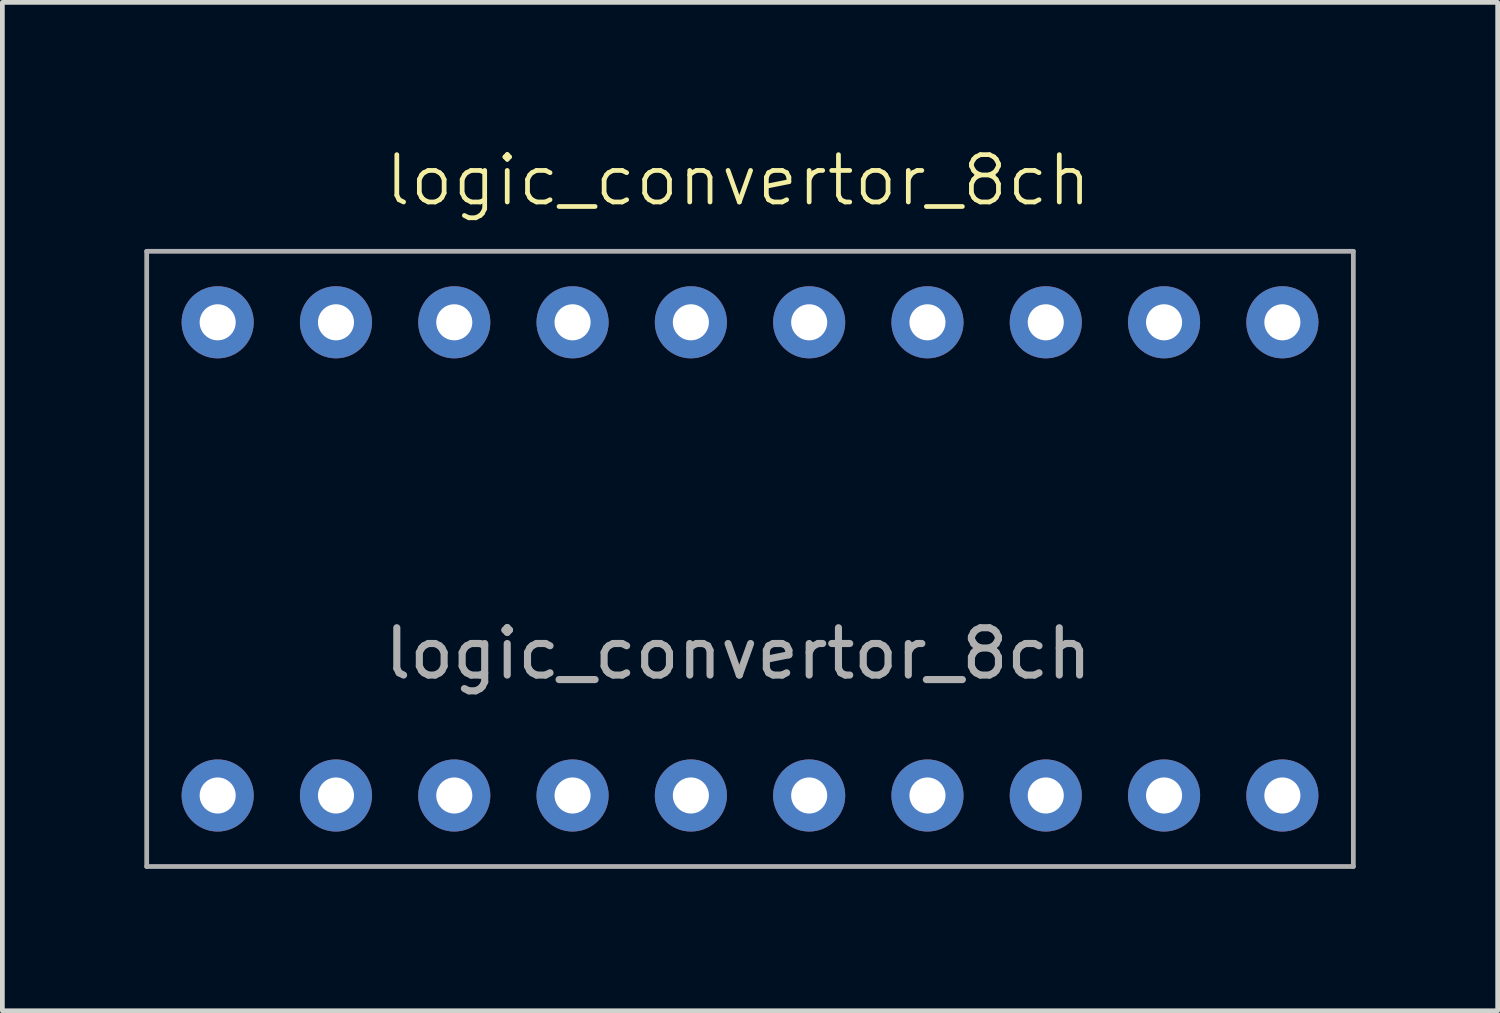
<source format=kicad_pcb>
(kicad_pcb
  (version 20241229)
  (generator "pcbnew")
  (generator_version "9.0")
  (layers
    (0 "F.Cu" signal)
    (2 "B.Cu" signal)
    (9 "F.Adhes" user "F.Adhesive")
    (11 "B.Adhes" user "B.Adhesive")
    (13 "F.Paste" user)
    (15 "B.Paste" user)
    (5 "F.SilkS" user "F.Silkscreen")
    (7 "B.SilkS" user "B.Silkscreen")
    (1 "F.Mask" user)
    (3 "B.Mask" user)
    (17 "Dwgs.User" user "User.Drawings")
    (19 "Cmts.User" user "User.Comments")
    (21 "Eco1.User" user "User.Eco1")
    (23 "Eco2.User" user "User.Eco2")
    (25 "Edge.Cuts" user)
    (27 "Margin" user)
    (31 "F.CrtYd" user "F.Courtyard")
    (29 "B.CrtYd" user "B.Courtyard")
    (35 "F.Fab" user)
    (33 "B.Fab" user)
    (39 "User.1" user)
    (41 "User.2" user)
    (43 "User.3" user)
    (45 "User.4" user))
  (footprint "logic_convertor_8ch"
    (layer "F.Cu")
    (at 12.55 8.761)
    (property "Reference" "logic_convertor_8ch" (at 0 -8 0) (unlocked yes) (layer "F.SilkS") (effects (font (size 1 1) (thickness 0.1))))
    (attr through_hole)
    (fp_line (start -12.5 -6.5) (end -12.5 6.5) (stroke (width 0.1) (type default)) (layer "F.Fab"))
    (fp_line (start -12.5 -6.5) (end 13 -6.5) (stroke (width 0.1) (type default)) (layer "F.Fab"))
    (fp_line (start -12.5 6.5) (end 13 6.5) (stroke (width 0.1) (type default)) (layer "F.Fab"))
    (fp_line (start 13 -6.5) (end 13 6.5) (stroke (width 0.1) (type default)) (layer "F.Fab"))
    (fp_text user "${REFERENCE}" (at 0 2 0) (unlocked yes) (layer "F.Fab") (effects (font (size 1 1) (thickness 0.15))))
    (pad "1" thru_hole circle (at -1 5) (size 1.524 1.524) (drill 0.762) (layers "*.Cu" "*.Mask"))
    (pad "2" thru_hole circle (at -11 5) (size 1.524 1.524) (drill 0.762) (layers "*.Cu" "*.Mask"))
    (pad "3" thru_hole circle (at -8.5 5) (size 1.524 1.524) (drill 0.762) (layers "*.Cu" "*.Mask"))
    (pad "4" thru_hole circle (at -6 5) (size 1.524 1.524) (drill 0.762) (layers "*.Cu" "*.Mask"))
    (pad "5" thru_hole circle (at -3.5 5) (size 1.524 1.524) (drill 0.762) (layers "*.Cu" "*.Mask"))
    (pad "6" thru_hole circle (at 4 5) (size 1.524 1.524) (drill 0.762) (layers "*.Cu" "*.Mask"))
    (pad "7" thru_hole circle (at 6.5 5) (size 1.524 1.524) (drill 0.762) (layers "*.Cu" "*.Mask"))
    (pad "8" thru_hole circle (at 9 5) (size 1.524 1.524) (drill 0.762) (layers "*.Cu" "*.Mask"))
    (pad "9" thru_hole circle (at 11.5 5) (size 1.524 1.524) (drill 0.762) (layers "*.Cu" "*.Mask"))
    (pad "10" thru_hole circle (at 1.5 -5) (size 1.524 1.524) (drill 0.762) (layers "*.Cu" "*.Mask"))
    (pad "10" thru_hole circle (at 1.5 5) (size 1.524 1.524) (drill 0.762) (layers "*.Cu" "*.Mask"))
    (pad "12" thru_hole circle (at 11.5 -5) (size 1.524 1.524) (drill 0.762) (layers "*.Cu" "*.Mask"))
    (pad "13" thru_hole circle (at 9 -5) (size 1.524 1.524) (drill 0.762) (layers "*.Cu" "*.Mask"))
    (pad "14" thru_hole circle (at 6.5 -5) (size 1.524 1.524) (drill 0.762) (layers "*.Cu" "*.Mask"))
    (pad "15" thru_hole circle (at 4 -5) (size 1.524 1.524) (drill 0.762) (layers "*.Cu" "*.Mask"))
    (pad "16" thru_hole circle (at -3.5 -5) (size 1.524 1.524) (drill 0.762) (layers "*.Cu" "*.Mask"))
    (pad "17" thru_hole circle (at -6 -5) (size 1.524 1.524) (drill 0.762) (layers "*.Cu" "*.Mask"))
    (pad "18" thru_hole circle (at -8.5 -5) (size 1.524 1.524) (drill 0.762) (layers "*.Cu" "*.Mask"))
    (pad "19" thru_hole circle (at -11 -5) (size 1.524 1.524) (drill 0.762) (layers "*.Cu" "*.Mask"))
    (pad "20" thru_hole circle (at -1 -5) (size 1.524 1.524) (drill 0.762) (layers "*.Cu" "*.Mask")))
  (gr_rect
    (start -3 -3)
    (end 28.6 18.311)
    (stroke (width 0.1) (type default))
    (fill no)
    (layer "Edge.Cuts")))
</source>
